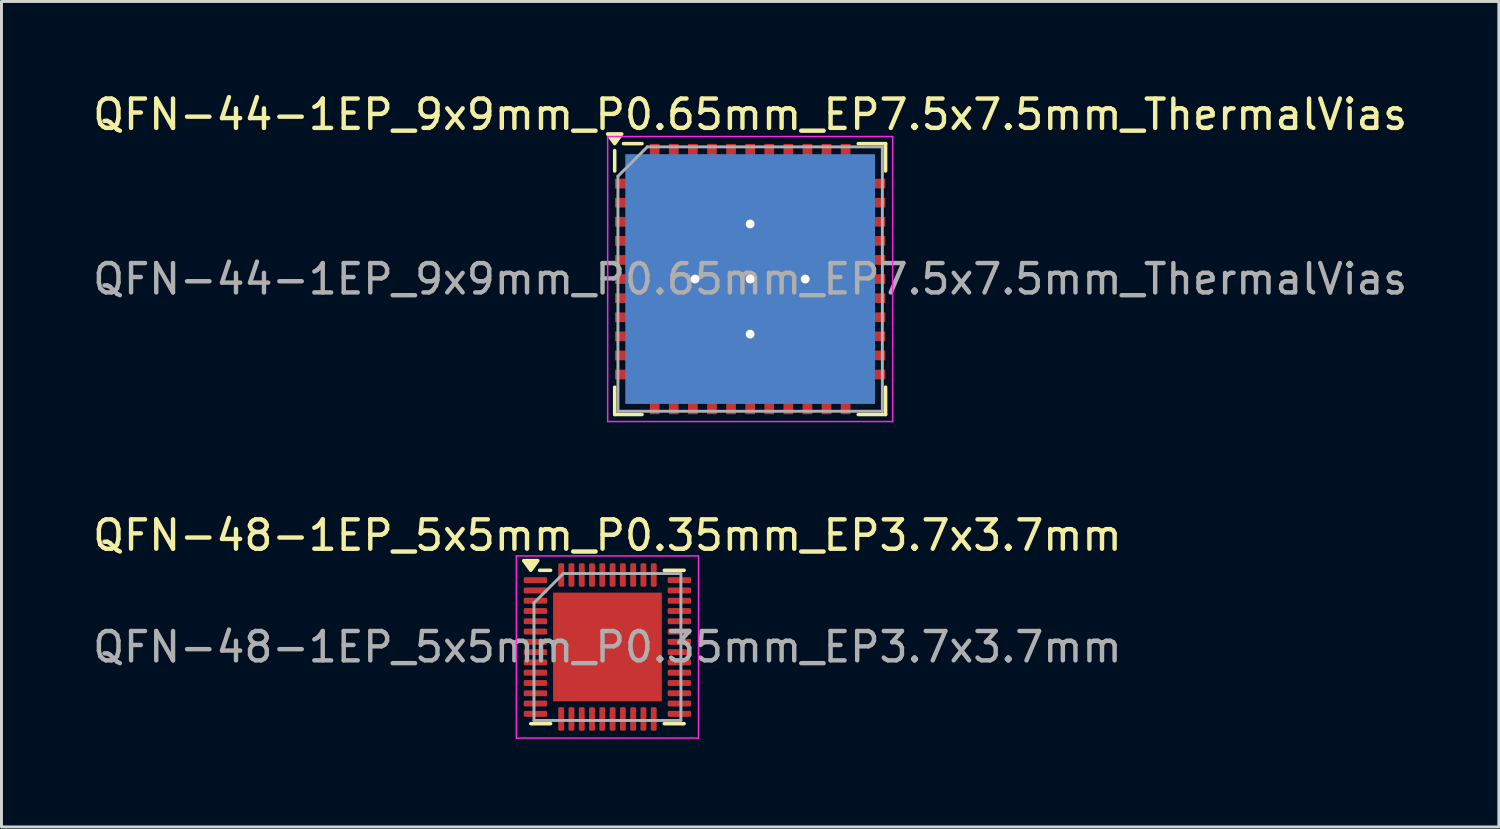
<source format=kicad_pcb>
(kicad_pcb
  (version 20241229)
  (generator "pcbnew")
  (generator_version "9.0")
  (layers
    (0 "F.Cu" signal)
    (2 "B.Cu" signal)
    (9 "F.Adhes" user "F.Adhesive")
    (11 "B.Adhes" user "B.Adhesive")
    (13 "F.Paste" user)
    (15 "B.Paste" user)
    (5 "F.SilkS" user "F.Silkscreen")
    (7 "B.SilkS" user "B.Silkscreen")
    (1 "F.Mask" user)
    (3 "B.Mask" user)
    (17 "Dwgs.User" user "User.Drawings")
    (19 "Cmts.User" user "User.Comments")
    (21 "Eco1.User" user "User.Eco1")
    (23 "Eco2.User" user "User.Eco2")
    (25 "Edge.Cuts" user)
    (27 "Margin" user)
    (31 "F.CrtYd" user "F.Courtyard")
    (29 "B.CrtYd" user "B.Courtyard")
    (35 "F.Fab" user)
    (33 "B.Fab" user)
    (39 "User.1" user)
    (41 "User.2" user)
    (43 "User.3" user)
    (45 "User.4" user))
  (footprint "QFN-44-1EP_9x9mm_P0.65mm_EP7.5x7.5mm_ThermalVias"
    (layer "F.Cu")
    (at 22.482 6.448)
    (property "Reference" "QFN-44-1EP_9x9mm_P0.65mm_EP7.5x7.5mm_ThermalVias" (at 0 -5.6 0) (layer "F.SilkS") (effects (font (size 1 1) (thickness 0.15))))
    (attr smd)
    (fp_line (start -4.61 -4.37) (end -4.61 -3.68) (stroke (width 0.12) (type solid)) (layer "F.SilkS"))
    (fp_line (start -4.61 4.61) (end -4.61 3.68) (stroke (width 0.12) (type solid)) (layer "F.SilkS"))
    (fp_line (start -3.68 -4.61) (end -4.31 -4.61) (stroke (width 0.12) (type solid)) (layer "F.SilkS"))
    (fp_line (start -3.68 4.61) (end -4.61 4.61) (stroke (width 0.12) (type solid)) (layer "F.SilkS"))
    (fp_line (start 3.68 -4.61) (end 4.61 -4.61) (stroke (width 0.12) (type solid)) (layer "F.SilkS"))
    (fp_line (start 3.68 4.61) (end 4.61 4.61) (stroke (width 0.12) (type solid)) (layer "F.SilkS"))
    (fp_line (start 4.61 -4.61) (end 4.61 -3.68) (stroke (width 0.12) (type solid)) (layer "F.SilkS"))
    (fp_line (start 4.61 4.61) (end 4.61 3.68) (stroke (width 0.12) (type solid)) (layer "F.SilkS"))
    (fp_poly (pts (xy -4.61 -4.61) (xy -4.85 -4.94) (xy -4.37 -4.94) (xy -4.61 -4.61)) (stroke (width 0.12) (type solid)) (fill yes) (layer "F.SilkS"))
    (fp_line (start -4.85 -4.85) (end -4.85 4.85) (stroke (width 0.05) (type solid)) (layer "F.CrtYd"))
    (fp_line (start -4.85 4.85) (end 4.85 4.85) (stroke (width 0.05) (type solid)) (layer "F.CrtYd"))
    (fp_line (start 4.85 -4.85) (end -4.85 -4.85) (stroke (width 0.05) (type solid)) (layer "F.CrtYd"))
    (fp_line (start 4.85 4.85) (end 4.85 -4.85) (stroke (width 0.05) (type solid)) (layer "F.CrtYd"))
    (fp_line (start -4.5 -3.5) (end -3.5 -4.5) (stroke (width 0.1) (type solid)) (layer "F.Fab"))
    (fp_line (start -4.5 4.5) (end -4.5 -3.5) (stroke (width 0.1) (type solid)) (layer "F.Fab"))
    (fp_line (start -3.5 -4.5) (end 4.5 -4.5) (stroke (width 0.1) (type solid)) (layer "F.Fab"))
    (fp_line (start 4.5 -4.5) (end 4.5 4.5) (stroke (width 0.1) (type solid)) (layer "F.Fab"))
    (fp_line (start 4.5 4.5) (end -4.5 4.5) (stroke (width 0.1) (type solid)) (layer "F.Fab"))
    (fp_text user "${REFERENCE}" (at 0 0 0) (layer "F.Fab") (effects (font (size 1 1) (thickness 0.15))))
    (pad "" smd rect (at -1.875 -1.875) (size 2.65 2.65) (layers "F.Paste"))
    (pad "" smd rect (at -1.875 1.875) (size 2.65 2.65) (layers "F.Paste"))
    (pad "" smd rect (at 1.875 -1.875) (size 2.65 2.65) (layers "F.Paste"))
    (pad "" smd rect (at 1.875 1.875) (size 2.65 2.65) (layers "F.Paste"))
    (pad "1" smd rect (at -4.3 -3.25) (size 0.6 0.33) (layers "F.Cu" "F.Mask" "F.Paste"))
    (pad "2" smd rect (at -4.3 -2.6) (size 0.6 0.33) (layers "F.Cu" "F.Mask" "F.Paste"))
    (pad "3" smd rect (at -4.3 -1.95) (size 0.6 0.33) (layers "F.Cu" "F.Mask" "F.Paste"))
    (pad "4" smd rect (at -4.3 -1.3) (size 0.6 0.33) (layers "F.Cu" "F.Mask" "F.Paste"))
    (pad "5" smd rect (at -4.3 -0.65) (size 0.6 0.33) (layers "F.Cu" "F.Mask" "F.Paste"))
    (pad "6" smd rect (at -4.3 0) (size 0.6 0.33) (layers "F.Cu" "F.Mask" "F.Paste"))
    (pad "7" smd rect (at -4.3 0.65) (size 0.6 0.33) (layers "F.Cu" "F.Mask" "F.Paste"))
    (pad "8" smd rect (at -4.3 1.3) (size 0.6 0.33) (layers "F.Cu" "F.Mask" "F.Paste"))
    (pad "9" smd rect (at -4.3 1.95) (size 0.6 0.33) (layers "F.Cu" "F.Mask" "F.Paste"))
    (pad "10" smd rect (at -4.3 2.6) (size 0.6 0.33) (layers "F.Cu" "F.Mask" "F.Paste"))
    (pad "11" smd rect (at -4.3 3.25) (size 0.6 0.33) (layers "F.Cu" "F.Mask" "F.Paste"))
    (pad "12" smd rect (at -3.25 4.3 90) (size 0.6 0.33) (layers "F.Cu" "F.Mask" "F.Paste"))
    (pad "13" smd rect (at -2.6 4.3 90) (size 0.6 0.33) (layers "F.Cu" "F.Mask" "F.Paste"))
    (pad "14" smd rect (at -1.95 4.3 90) (size 0.6 0.33) (layers "F.Cu" "F.Mask" "F.Paste"))
    (pad "15" smd rect (at -1.3 4.3 90) (size 0.6 0.33) (layers "F.Cu" "F.Mask" "F.Paste"))
    (pad "16" smd rect (at -0.65 4.3 90) (size 0.6 0.33) (layers "F.Cu" "F.Mask" "F.Paste"))
    (pad "17" smd rect (at 0 4.3 90) (size 0.6 0.33) (layers "F.Cu" "F.Mask" "F.Paste"))
    (pad "18" smd rect (at 0.65 4.3 90) (size 0.6 0.33) (layers "F.Cu" "F.Mask" "F.Paste"))
    (pad "19" smd rect (at 1.3 4.3 90) (size 0.6 0.33) (layers "F.Cu" "F.Mask" "F.Paste"))
    (pad "20" smd rect (at 1.95 4.3 90) (size 0.6 0.33) (layers "F.Cu" "F.Mask" "F.Paste"))
    (pad "21" smd rect (at 2.6 4.3 90) (size 0.6 0.33) (layers "F.Cu" "F.Mask" "F.Paste"))
    (pad "22" smd rect (at 3.25 4.3 90) (size 0.6 0.33) (layers "F.Cu" "F.Mask" "F.Paste"))
    (pad "23" smd rect (at 4.3 3.25) (size 0.6 0.33) (layers "F.Cu" "F.Mask" "F.Paste"))
    (pad "24" smd rect (at 4.3 2.6) (size 0.6 0.33) (layers "F.Cu" "F.Mask" "F.Paste"))
    (pad "25" smd rect (at 4.3 1.95) (size 0.6 0.33) (layers "F.Cu" "F.Mask" "F.Paste"))
    (pad "26" smd rect (at 4.3 1.3) (size 0.6 0.33) (layers "F.Cu" "F.Mask" "F.Paste"))
    (pad "27" smd rect (at 4.3 0.65) (size 0.6 0.33) (layers "F.Cu" "F.Mask" "F.Paste"))
    (pad "28" smd rect (at 4.3 0) (size 0.6 0.33) (layers "F.Cu" "F.Mask" "F.Paste"))
    (pad "29" smd rect (at 4.3 -0.65) (size 0.6 0.33) (layers "F.Cu" "F.Mask" "F.Paste"))
    (pad "30" smd rect (at 4.3 -1.3) (size 0.6 0.33) (layers "F.Cu" "F.Mask" "F.Paste"))
    (pad "31" smd rect (at 4.3 -1.95) (size 0.6 0.33) (layers "F.Cu" "F.Mask" "F.Paste"))
    (pad "32" smd rect (at 4.3 -2.6) (size 0.6 0.33) (layers "F.Cu" "F.Mask" "F.Paste"))
    (pad "33" smd rect (at 4.3 -3.25) (size 0.6 0.33) (layers "F.Cu" "F.Mask" "F.Paste"))
    (pad "34" smd rect (at 3.25 -4.3 90) (size 0.6 0.33) (layers "F.Cu" "F.Mask" "F.Paste"))
    (pad "35" smd rect (at 2.6 -4.3 90) (size 0.6 0.33) (layers "F.Cu" "F.Mask" "F.Paste"))
    (pad "36" smd rect (at 1.95 -4.3 90) (size 0.6 0.33) (layers "F.Cu" "F.Mask" "F.Paste"))
    (pad "37" smd rect (at 1.3 -4.3 90) (size 0.6 0.33) (layers "F.Cu" "F.Mask" "F.Paste"))
    (pad "38" smd rect (at 0.65 -4.3 90) (size 0.6 0.33) (layers "F.Cu" "F.Mask" "F.Paste"))
    (pad "39" smd rect (at 0 -4.3 90) (size 0.6 0.33) (layers "F.Cu" "F.Mask" "F.Paste"))
    (pad "40" smd rect (at -0.65 -4.3 90) (size 0.6 0.33) (layers "F.Cu" "F.Mask" "F.Paste"))
    (pad "41" smd rect (at -1.3 -4.3 90) (size 0.6 0.33) (layers "F.Cu" "F.Mask" "F.Paste"))
    (pad "42" smd rect (at -1.95 -4.3 90) (size 0.6 0.33) (layers "F.Cu" "F.Mask" "F.Paste"))
    (pad "43" smd rect (at -2.6 -4.3 90) (size 0.6 0.33) (layers "F.Cu" "F.Mask" "F.Paste"))
    (pad "44" smd rect (at -3.25 -4.3 90) (size 0.6 0.33) (layers "F.Cu" "F.Mask" "F.Paste"))
    (pad "45" thru_hole circle (at -1.875 0) (size 0.6 0.6) (drill 0.3) (layers "*.Cu"))
    (pad "45" thru_hole circle (at 0 -1.875) (size 0.6 0.6) (drill 0.3) (layers "*.Cu"))
    (pad "45" thru_hole circle (at 0 0) (size 0.6 0.6) (drill 0.3) (layers "*.Cu"))
    (pad "45" smd rect (at 0 0) (size 7.5 7.5) (layers "F.Cu" "F.Mask"))
    (pad "45" smd rect (at 0 0) (size 8.5 8.5) (layers "B.Cu"))
    (pad "45" thru_hole circle (at 0 1.875) (size 0.6 0.6) (drill 0.3) (layers "*.Cu"))
    (pad "45" thru_hole circle (at 1.875 0) (size 0.6 0.6) (drill 0.3) (layers "*.Cu")))
  (footprint "QFN-48-1EP_5x5mm_P0.35mm_EP3.7x3.7mm"
    (layer "F.Cu")
    (at 17.625 18.971)
    (property "Reference" "QFN-48-1EP_5x5mm_P0.35mm_EP3.7x3.7mm" (at 0 -3.8 0) (layer "F.SilkS") (effects (font (size 1 1) (thickness 0.15))))
    (attr smd)
    (fp_line (start -1.935 -2.61) (end -2.31 -2.61) (stroke (width 0.12) (type solid)) (layer "F.SilkS"))
    (fp_line (start -1.935 2.61) (end -2.61 2.61) (stroke (width 0.12) (type solid)) (layer "F.SilkS"))
    (fp_line (start 1.935 -2.61) (end 2.61 -2.61) (stroke (width 0.12) (type solid)) (layer "F.SilkS"))
    (fp_line (start 1.935 2.61) (end 2.61 2.61) (stroke (width 0.12) (type solid)) (layer "F.SilkS"))
    (fp_poly (pts (xy -2.61 -2.61) (xy -2.85 -2.94) (xy -2.37 -2.94) (xy -2.61 -2.61)) (stroke (width 0.12) (type solid)) (fill yes) (layer "F.SilkS"))
    (fp_line (start -3.1 -3.1) (end -3.1 3.1) (stroke (width 0.05) (type solid)) (layer "F.CrtYd"))
    (fp_line (start -3.1 3.1) (end 3.1 3.1) (stroke (width 0.05) (type solid)) (layer "F.CrtYd"))
    (fp_line (start 3.1 -3.1) (end -3.1 -3.1) (stroke (width 0.05) (type solid)) (layer "F.CrtYd"))
    (fp_line (start 3.1 3.1) (end 3.1 -3.1) (stroke (width 0.05) (type solid)) (layer "F.CrtYd"))
    (fp_line (start -2.5 -1.5) (end -1.5 -2.5) (stroke (width 0.1) (type solid)) (layer "F.Fab"))
    (fp_line (start -2.5 2.5) (end -2.5 -1.5) (stroke (width 0.1) (type solid)) (layer "F.Fab"))
    (fp_line (start -1.5 -2.5) (end 2.5 -2.5) (stroke (width 0.1) (type solid)) (layer "F.Fab"))
    (fp_line (start 2.5 -2.5) (end 2.5 2.5) (stroke (width 0.1) (type solid)) (layer "F.Fab"))
    (fp_line (start 2.5 2.5) (end -2.5 2.5) (stroke (width 0.1) (type solid)) (layer "F.Fab"))
    (fp_text user "${REFERENCE}" (at 0 0 0) (layer "F.Fab") (effects (font (size 1 1) (thickness 0.15))))
    (pad "" smd roundrect (at -1.23 -1.23) (size 0.99 0.99) (layers "F.Paste") (roundrect_rratio 0.25))
    (pad "" smd roundrect (at -1.23 0) (size 0.99 0.99) (layers "F.Paste") (roundrect_rratio 0.25))
    (pad "" smd roundrect (at -1.23 1.23) (size 0.99 0.99) (layers "F.Paste") (roundrect_rratio 0.25))
    (pad "" smd roundrect (at 0 -1.23) (size 0.99 0.99) (layers "F.Paste") (roundrect_rratio 0.25))
    (pad "" smd roundrect (at 0 0) (size 0.99 0.99) (layers "F.Paste") (roundrect_rratio 0.25))
    (pad "" smd roundrect (at 0 1.23) (size 0.99 0.99) (layers "F.Paste") (roundrect_rratio 0.25))
    (pad "" smd roundrect (at 1.23 -1.23) (size 0.99 0.99) (layers "F.Paste") (roundrect_rratio 0.25))
    (pad "" smd roundrect (at 1.23 0) (size 0.99 0.99) (layers "F.Paste") (roundrect_rratio 0.25))
    (pad "" smd roundrect (at 1.23 1.23) (size 0.99 0.99) (layers "F.Paste") (roundrect_rratio 0.25))
    (pad "1" smd roundrect (at -2.45 -2.275) (size 0.8 0.2) (layers "F.Cu" "F.Mask" "F.Paste") (roundrect_rratio 0.25))
    (pad "2" smd roundrect (at -2.45 -1.925) (size 0.8 0.2) (layers "F.Cu" "F.Mask" "F.Paste") (roundrect_rratio 0.25))
    (pad "3" smd roundrect (at -2.45 -1.575) (size 0.8 0.2) (layers "F.Cu" "F.Mask" "F.Paste") (roundrect_rratio 0.25))
    (pad "4" smd roundrect (at -2.45 -1.225) (size 0.8 0.2) (layers "F.Cu" "F.Mask" "F.Paste") (roundrect_rratio 0.25))
    (pad "5" smd roundrect (at -2.45 -0.875) (size 0.8 0.2) (layers "F.Cu" "F.Mask" "F.Paste") (roundrect_rratio 0.25))
    (pad "6" smd roundrect (at -2.45 -0.525) (size 0.8 0.2) (layers "F.Cu" "F.Mask" "F.Paste") (roundrect_rratio 0.25))
    (pad "7" smd roundrect (at -2.45 -0.175) (size 0.8 0.2) (layers "F.Cu" "F.Mask" "F.Paste") (roundrect_rratio 0.25))
    (pad "8" smd roundrect (at -2.45 0.175) (size 0.8 0.2) (layers "F.Cu" "F.Mask" "F.Paste") (roundrect_rratio 0.25))
    (pad "9" smd roundrect (at -2.45 0.525) (size 0.8 0.2) (layers "F.Cu" "F.Mask" "F.Paste") (roundrect_rratio 0.25))
    (pad "10" smd roundrect (at -2.45 0.875) (size 0.8 0.2) (layers "F.Cu" "F.Mask" "F.Paste") (roundrect_rratio 0.25))
    (pad "11" smd roundrect (at -2.45 1.225) (size 0.8 0.2) (layers "F.Cu" "F.Mask" "F.Paste") (roundrect_rratio 0.25))
    (pad "12" smd roundrect (at -2.45 1.575) (size 0.8 0.2) (layers "F.Cu" "F.Mask" "F.Paste") (roundrect_rratio 0.25))
    (pad "13" smd roundrect (at -2.45 1.925) (size 0.8 0.2) (layers "F.Cu" "F.Mask" "F.Paste") (roundrect_rratio 0.25))
    (pad "14" smd roundrect (at -2.45 2.275) (size 0.8 0.2) (layers "F.Cu" "F.Mask" "F.Paste") (roundrect_rratio 0.25))
    (pad "15" smd roundrect (at -1.575 2.45) (size 0.2 0.8) (layers "F.Cu" "F.Mask" "F.Paste") (roundrect_rratio 0.25))
    (pad "16" smd roundrect (at -1.225 2.45) (size 0.2 0.8) (layers "F.Cu" "F.Mask" "F.Paste") (roundrect_rratio 0.25))
    (pad "17" smd roundrect (at -0.875 2.45) (size 0.2 0.8) (layers "F.Cu" "F.Mask" "F.Paste") (roundrect_rratio 0.25))
    (pad "18" smd roundrect (at -0.525 2.45) (size 0.2 0.8) (layers "F.Cu" "F.Mask" "F.Paste") (roundrect_rratio 0.25))
    (pad "19" smd roundrect (at -0.175 2.45) (size 0.2 0.8) (layers "F.Cu" "F.Mask" "F.Paste") (roundrect_rratio 0.25))
    (pad "20" smd roundrect (at 0.175 2.45) (size 0.2 0.8) (layers "F.Cu" "F.Mask" "F.Paste") (roundrect_rratio 0.25))
    (pad "21" smd roundrect (at 0.525 2.45) (size 0.2 0.8) (layers "F.Cu" "F.Mask" "F.Paste") (roundrect_rratio 0.25))
    (pad "22" smd roundrect (at 0.875 2.45) (size 0.2 0.8) (layers "F.Cu" "F.Mask" "F.Paste") (roundrect_rratio 0.25))
    (pad "23" smd roundrect (at 1.225 2.45) (size 0.2 0.8) (layers "F.Cu" "F.Mask" "F.Paste") (roundrect_rratio 0.25))
    (pad "24" smd roundrect (at 1.575 2.45) (size 0.2 0.8) (layers "F.Cu" "F.Mask" "F.Paste") (roundrect_rratio 0.25))
    (pad "25" smd roundrect (at 2.45 2.275) (size 0.8 0.2) (layers "F.Cu" "F.Mask" "F.Paste") (roundrect_rratio 0.25))
    (pad "26" smd roundrect (at 2.45 1.925) (size 0.8 0.2) (layers "F.Cu" "F.Mask" "F.Paste") (roundrect_rratio 0.25))
    (pad "27" smd roundrect (at 2.45 1.575) (size 0.8 0.2) (layers "F.Cu" "F.Mask" "F.Paste") (roundrect_rratio 0.25))
    (pad "28" smd roundrect (at 2.45 1.225) (size 0.8 0.2) (layers "F.Cu" "F.Mask" "F.Paste") (roundrect_rratio 0.25))
    (pad "29" smd roundrect (at 2.45 0.875) (size 0.8 0.2) (layers "F.Cu" "F.Mask" "F.Paste") (roundrect_rratio 0.25))
    (pad "30" smd roundrect (at 2.45 0.525) (size 0.8 0.2) (layers "F.Cu" "F.Mask" "F.Paste") (roundrect_rratio 0.25))
    (pad "31" smd roundrect (at 2.45 0.175) (size 0.8 0.2) (layers "F.Cu" "F.Mask" "F.Paste") (roundrect_rratio 0.25))
    (pad "32" smd roundrect (at 2.45 -0.175) (size 0.8 0.2) (layers "F.Cu" "F.Mask" "F.Paste") (roundrect_rratio 0.25))
    (pad "33" smd roundrect (at 2.45 -0.525) (size 0.8 0.2) (layers "F.Cu" "F.Mask" "F.Paste") (roundrect_rratio 0.25))
    (pad "34" smd roundrect (at 2.45 -0.875) (size 0.8 0.2) (layers "F.Cu" "F.Mask" "F.Paste") (roundrect_rratio 0.25))
    (pad "35" smd roundrect (at 2.45 -1.225) (size 0.8 0.2) (layers "F.Cu" "F.Mask" "F.Paste") (roundrect_rratio 0.25))
    (pad "36" smd roundrect (at 2.45 -1.575) (size 0.8 0.2) (layers "F.Cu" "F.Mask" "F.Paste") (roundrect_rratio 0.25))
    (pad "37" smd roundrect (at 2.45 -1.925) (size 0.8 0.2) (layers "F.Cu" "F.Mask" "F.Paste") (roundrect_rratio 0.25))
    (pad "38" smd roundrect (at 2.45 -2.275) (size 0.8 0.2) (layers "F.Cu" "F.Mask" "F.Paste") (roundrect_rratio 0.25))
    (pad "39" smd roundrect (at 1.575 -2.45) (size 0.2 0.8) (layers "F.Cu" "F.Mask" "F.Paste") (roundrect_rratio 0.25))
    (pad "40" smd roundrect (at 1.225 -2.45) (size 0.2 0.8) (layers "F.Cu" "F.Mask" "F.Paste") (roundrect_rratio 0.25))
    (pad "41" smd roundrect (at 0.875 -2.45) (size 0.2 0.8) (layers "F.Cu" "F.Mask" "F.Paste") (roundrect_rratio 0.25))
    (pad "42" smd roundrect (at 0.525 -2.45) (size 0.2 0.8) (layers "F.Cu" "F.Mask" "F.Paste") (roundrect_rratio 0.25))
    (pad "43" smd roundrect (at 0.175 -2.45) (size 0.2 0.8) (layers "F.Cu" "F.Mask" "F.Paste") (roundrect_rratio 0.25))
    (pad "44" smd roundrect (at -0.175 -2.45) (size 0.2 0.8) (layers "F.Cu" "F.Mask" "F.Paste") (roundrect_rratio 0.25))
    (pad "45" smd roundrect (at -0.525 -2.45) (size 0.2 0.8) (layers "F.Cu" "F.Mask" "F.Paste") (roundrect_rratio 0.25))
    (pad "46" smd roundrect (at -0.875 -2.45) (size 0.2 0.8) (layers "F.Cu" "F.Mask" "F.Paste") (roundrect_rratio 0.25))
    (pad "47" smd roundrect (at -1.225 -2.45) (size 0.2 0.8) (layers "F.Cu" "F.Mask" "F.Paste") (roundrect_rratio 0.25))
    (pad "48" smd roundrect (at -1.575 -2.45) (size 0.2 0.8) (layers "F.Cu" "F.Mask" "F.Paste") (roundrect_rratio 0.25))
    (pad "49" smd rect (at 0 0) (size 3.7 3.7) (property pad_prop_heatsink) (layers "F.Cu" "F.Mask")))
  (gr_rect
    (start -3 -3)
    (end 47.964 25.096)
    (stroke (width 0.1) (type default))
    (fill no)
    (layer "Edge.Cuts")))
</source>
